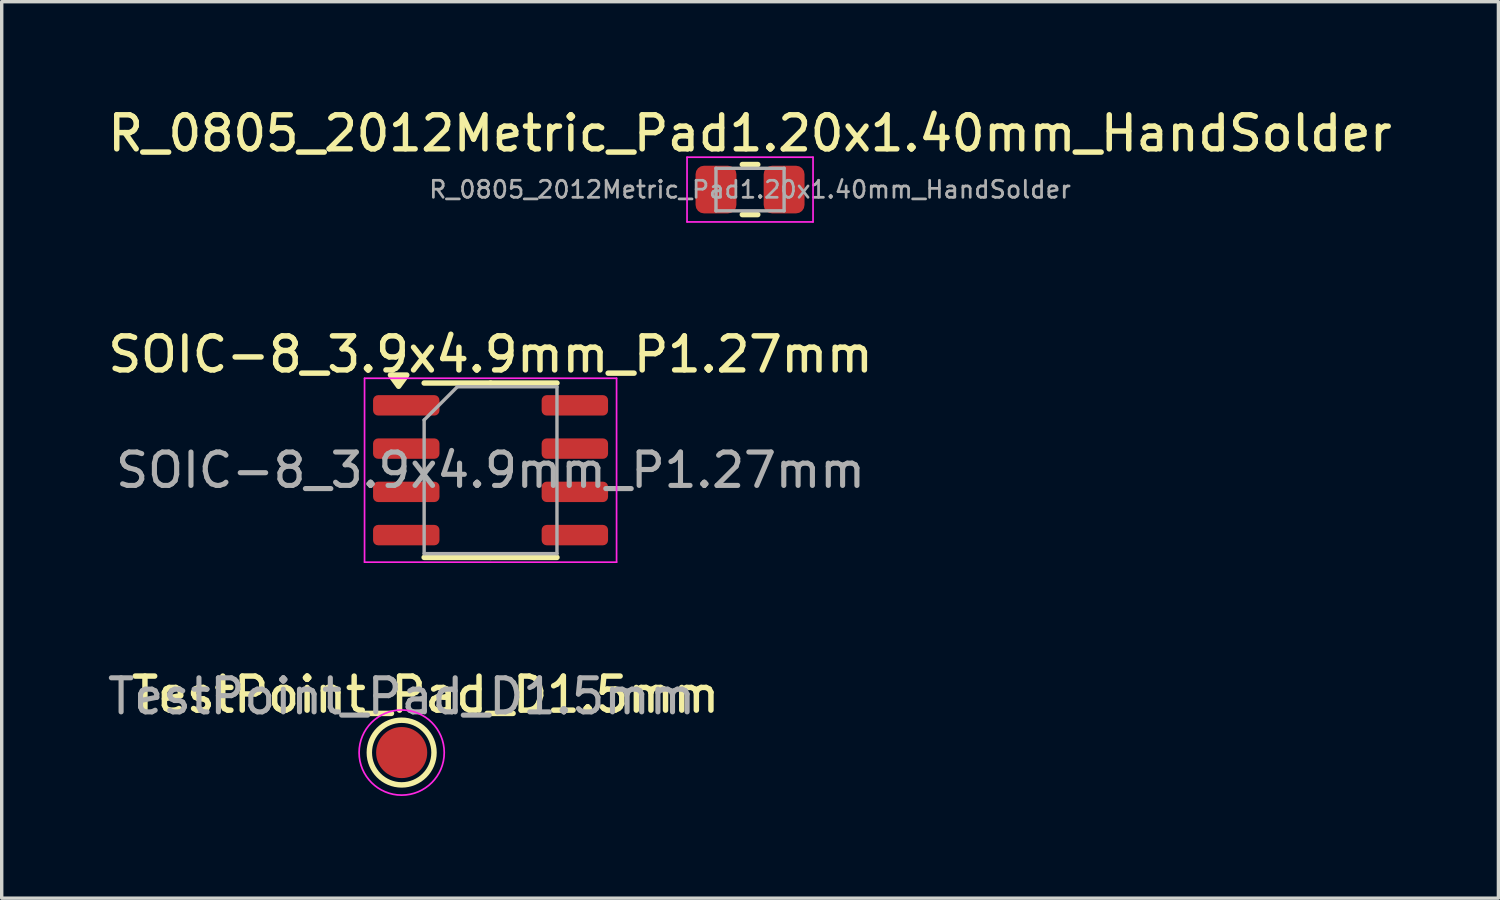
<source format=kicad_pcb>
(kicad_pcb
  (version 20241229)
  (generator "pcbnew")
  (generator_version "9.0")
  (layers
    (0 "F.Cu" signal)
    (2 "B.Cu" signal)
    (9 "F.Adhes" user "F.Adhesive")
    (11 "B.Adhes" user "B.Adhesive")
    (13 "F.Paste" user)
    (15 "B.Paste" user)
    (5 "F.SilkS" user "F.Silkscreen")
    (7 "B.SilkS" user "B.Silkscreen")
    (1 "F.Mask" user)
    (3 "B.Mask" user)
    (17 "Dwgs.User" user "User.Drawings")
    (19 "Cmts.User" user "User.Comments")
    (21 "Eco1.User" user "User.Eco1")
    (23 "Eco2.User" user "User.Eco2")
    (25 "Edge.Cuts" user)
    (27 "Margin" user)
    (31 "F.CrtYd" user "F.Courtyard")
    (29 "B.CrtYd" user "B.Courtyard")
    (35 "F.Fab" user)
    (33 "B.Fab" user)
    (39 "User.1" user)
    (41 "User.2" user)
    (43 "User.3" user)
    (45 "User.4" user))
  (footprint "SOIC-8_3.9x4.9mm_P1.27mm"
    (layer "F.Cu")
    (at 11.354 10.757)
    (property "Reference" "SOIC-8_3.9x4.9mm_P1.27mm" (at 0 -3.4 0) (layer "F.SilkS") (effects (font (size 1 1) (thickness 0.16))))
    (attr smd)
    (fp_line (start 0 -2.56) (end -1.95 -2.56) (stroke (width 0.16) (type solid)) (layer "F.SilkS"))
    (fp_line (start 0 -2.56) (end 1.95 -2.56) (stroke (width 0.16) (type solid)) (layer "F.SilkS"))
    (fp_line (start 0 2.56) (end -1.95 2.56) (stroke (width 0.16) (type solid)) (layer "F.SilkS"))
    (fp_line (start 0 2.56) (end 1.95 2.56) (stroke (width 0.16) (type solid)) (layer "F.SilkS"))
    (fp_poly (pts (xy -2.7 -2.465) (xy -2.94 -2.795) (xy -2.46 -2.795) (xy -2.7 -2.465)) (stroke (width 0.16) (type solid)) (fill yes) (layer "F.SilkS"))
    (fp_line (start -3.7 -2.7) (end -3.7 2.7) (stroke (width 0.05) (type solid)) (layer "F.CrtYd"))
    (fp_line (start -3.7 2.7) (end 3.7 2.7) (stroke (width 0.05) (type solid)) (layer "F.CrtYd"))
    (fp_line (start 3.7 -2.7) (end -3.7 -2.7) (stroke (width 0.05) (type solid)) (layer "F.CrtYd"))
    (fp_line (start 3.7 2.7) (end 3.7 -2.7) (stroke (width 0.05) (type solid)) (layer "F.CrtYd"))
    (fp_line (start -1.95 -1.475) (end -0.975 -2.45) (stroke (width 0.1) (type solid)) (layer "F.Fab"))
    (fp_line (start -1.95 2.45) (end -1.95 -1.475) (stroke (width 0.1) (type solid)) (layer "F.Fab"))
    (fp_line (start -0.975 -2.45) (end 1.95 -2.45) (stroke (width 0.1) (type solid)) (layer "F.Fab"))
    (fp_line (start 1.95 -2.45) (end 1.95 2.45) (stroke (width 0.1) (type solid)) (layer "F.Fab"))
    (fp_line (start 1.95 2.45) (end -1.95 2.45) (stroke (width 0.1) (type solid)) (layer "F.Fab"))
    (fp_text user "${REFERENCE}" (at 0 0 0) (layer "F.Fab") (effects (font (size 0.98 0.98) (thickness 0.15))))
    (pad "1" smd roundrect (at -2.475 -1.905) (size 1.95 0.6) (layers "F.Cu" "F.Mask" "F.Paste") (roundrect_rratio 0.25))
    (pad "2" smd roundrect (at -2.475 -0.635) (size 1.95 0.6) (layers "F.Cu" "F.Mask" "F.Paste") (roundrect_rratio 0.25))
    (pad "3" smd roundrect (at -2.475 0.635) (size 1.95 0.6) (layers "F.Cu" "F.Mask" "F.Paste") (roundrect_rratio 0.25))
    (pad "4" smd roundrect (at -2.475 1.905) (size 1.95 0.6) (layers "F.Cu" "F.Mask" "F.Paste") (roundrect_rratio 0.25))
    (pad "5" smd roundrect (at 2.475 1.905) (size 1.95 0.6) (layers "F.Cu" "F.Mask" "F.Paste") (roundrect_rratio 0.25))
    (pad "6" smd roundrect (at 2.475 0.635) (size 1.95 0.6) (layers "F.Cu" "F.Mask" "F.Paste") (roundrect_rratio 0.25))
    (pad "7" smd roundrect (at 2.475 -0.635) (size 1.95 0.6) (layers "F.Cu" "F.Mask" "F.Paste") (roundrect_rratio 0.25))
    (pad "8" smd roundrect (at 2.475 -1.905) (size 1.95 0.6) (layers "F.Cu" "F.Mask" "F.Paste") (roundrect_rratio 0.25)))
  (footprint "TestPoint_Pad_D1.5mm"
    (layer "F.Cu")
    (at 8.744 19.047)
    (property "Reference" "TestPoint_Pad_D1.5mm" (at 0.7 -1.7 0) (layer "F.SilkS") (effects (font (size 1 1) (thickness 0.16))))
    (attr exclude_from_pos_files)
    (fp_circle (center 0 0) (end 0.95 0) (stroke (width 0.16) (type solid)) (fill no) (layer "F.SilkS"))
    (fp_circle (center 0 0) (end 1.25 0) (stroke (width 0.05) (type solid)) (fill no) (layer "F.CrtYd"))
    (fp_text user "${REFERENCE}" (at 0 -1.65 0) (layer "F.Fab") (effects (font (size 1 1) (thickness 0.15))))
    (pad "1" smd circle (at 0 0) (size 1.5 1.5) (layers "F.Cu" "F.Mask")))
  (footprint "R_0805_2012Metric_Pad1.20x1.40mm_HandSolder"
    (layer "F.Cu")
    (at 18.973 2.516)
    (property "Reference" "R_0805_2012Metric_Pad1.20x1.40mm_HandSolder" (at 0 -1.65 0) (layer "F.SilkS") (effects (font (size 1 1) (thickness 0.16))))
    (attr smd dnp)
    (fp_line (start -0.227 -0.735) (end 0.227 -0.735) (stroke (width 0.16) (type solid)) (layer "F.SilkS"))
    (fp_line (start -0.227 0.735) (end 0.227 0.735) (stroke (width 0.16) (type solid)) (layer "F.SilkS"))
    (fp_line (start -1.85 -0.95) (end 1.85 -0.95) (stroke (width 0.05) (type solid)) (layer "F.CrtYd"))
    (fp_line (start -1.85 0.95) (end -1.85 -0.95) (stroke (width 0.05) (type solid)) (layer "F.CrtYd"))
    (fp_line (start 1.85 -0.95) (end 1.85 0.95) (stroke (width 0.05) (type solid)) (layer "F.CrtYd"))
    (fp_line (start 1.85 0.95) (end -1.85 0.95) (stroke (width 0.05) (type solid)) (layer "F.CrtYd"))
    (fp_line (start -1 -0.625) (end 1 -0.625) (stroke (width 0.1) (type solid)) (layer "F.Fab"))
    (fp_line (start -1 0.625) (end -1 -0.625) (stroke (width 0.1) (type solid)) (layer "F.Fab"))
    (fp_line (start 1 -0.625) (end 1 0.625) (stroke (width 0.1) (type solid)) (layer "F.Fab"))
    (fp_line (start 1 0.625) (end -1 0.625) (stroke (width 0.1) (type solid)) (layer "F.Fab"))
    (fp_text user "${REFERENCE}" (at 0 0 0) (layer "F.Fab") (effects (font (size 0.5 0.5) (thickness 0.08))))
    (pad "1" smd roundrect (at -1 0) (size 1.2 1.4) (layers "F.Cu" "F.Mask" "F.Paste") (roundrect_rratio 0.208))
    (pad "2" smd roundrect (at 1 0) (size 1.2 1.4) (layers "F.Cu" "F.Mask" "F.Paste") (roundrect_rratio 0.208)))
  (gr_rect
    (start -3 -3)
    (end 40.947 23.322)
    (stroke (width 0.1) (type default))
    (fill no)
    (layer "Edge.Cuts")))
</source>
